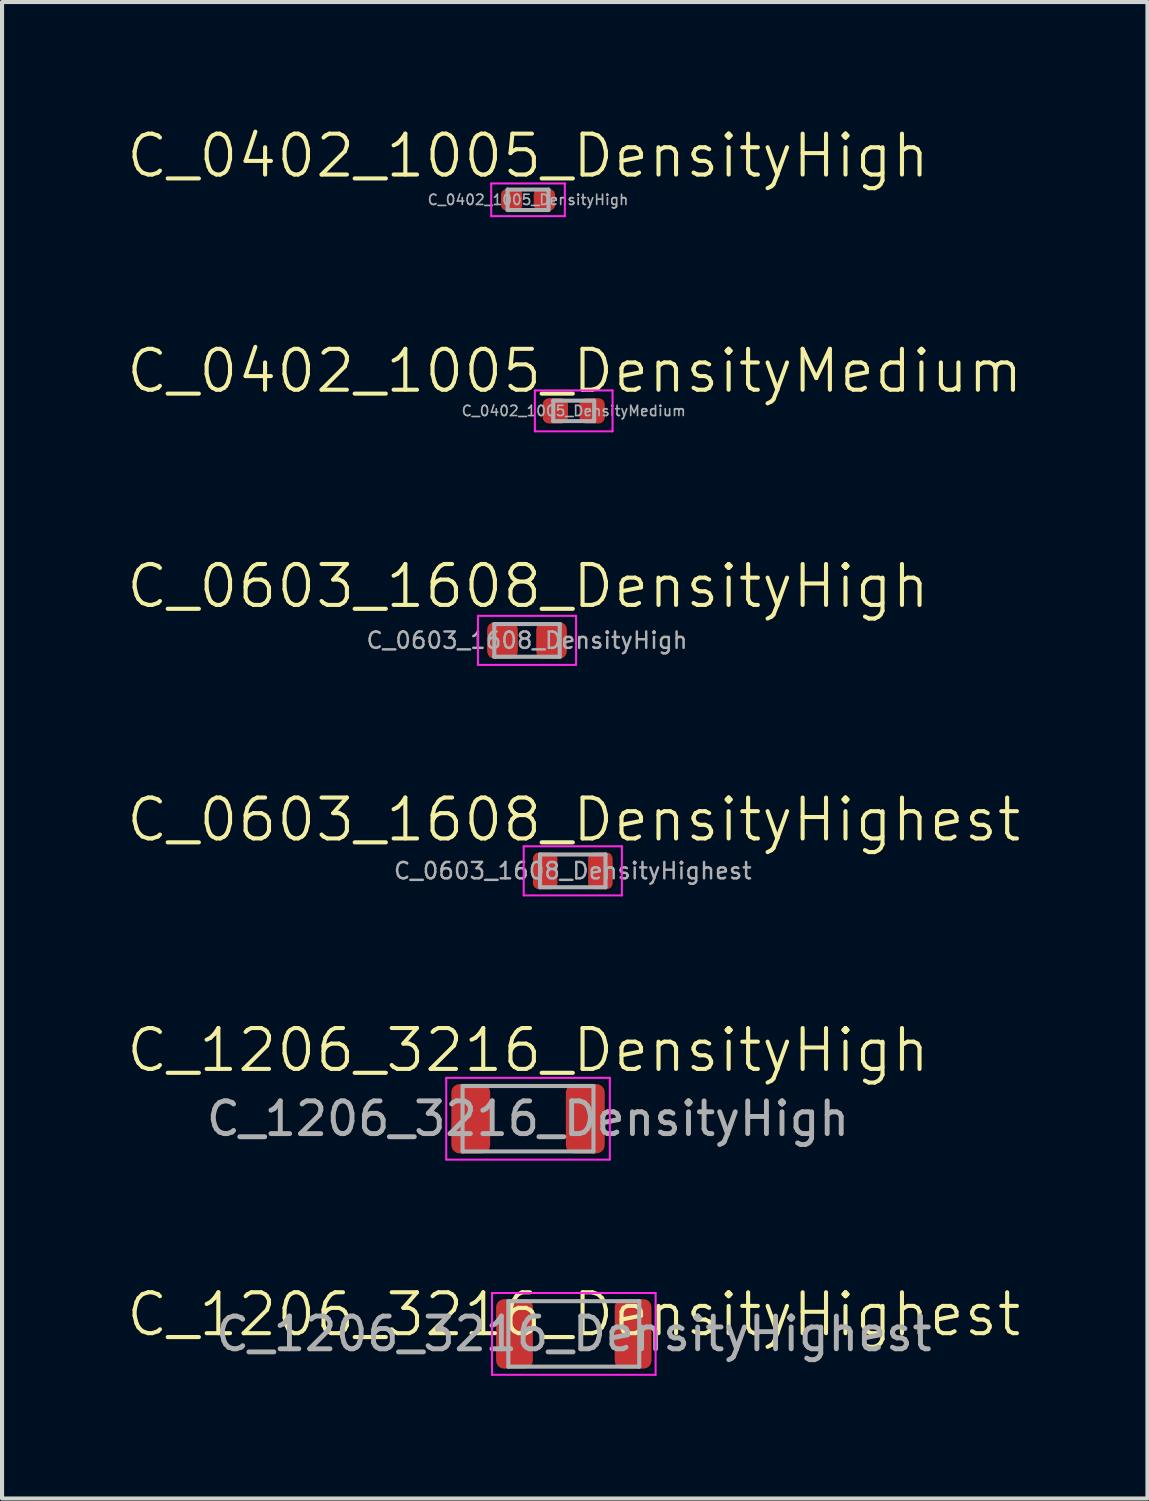
<source format=kicad_pcb>
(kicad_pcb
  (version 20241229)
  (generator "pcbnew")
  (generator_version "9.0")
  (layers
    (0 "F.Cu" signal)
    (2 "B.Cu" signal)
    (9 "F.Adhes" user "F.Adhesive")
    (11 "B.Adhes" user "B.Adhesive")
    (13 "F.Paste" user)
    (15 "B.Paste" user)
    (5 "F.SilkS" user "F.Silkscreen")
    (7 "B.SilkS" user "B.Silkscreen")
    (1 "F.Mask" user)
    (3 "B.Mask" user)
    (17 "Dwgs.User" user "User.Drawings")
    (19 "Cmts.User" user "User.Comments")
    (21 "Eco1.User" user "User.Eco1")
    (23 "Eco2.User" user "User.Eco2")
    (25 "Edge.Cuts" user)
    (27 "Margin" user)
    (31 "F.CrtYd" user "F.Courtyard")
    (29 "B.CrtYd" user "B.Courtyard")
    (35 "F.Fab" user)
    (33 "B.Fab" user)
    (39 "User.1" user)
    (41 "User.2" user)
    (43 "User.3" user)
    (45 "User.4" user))
  (footprint "C_0603_1608_DensityHighest"
    (layer "F.Cu")
    (at 10.954 18.242)
    (property "Reference" "C_0603_1608_DensityHighest" (at 0.025 -1.25 0) (unlocked yes) (layer "F.SilkS") (effects (font (size 1 1) (thickness 0.1))))
    (attr smd)
    (fp_line (start -1.2 -0.6) (end 1.2 -0.6) (stroke (width 0.05) (type solid)) (layer "F.CrtYd"))
    (fp_line (start -1.2 0.6) (end -1.2 -0.6) (stroke (width 0.05) (type solid)) (layer "F.CrtYd"))
    (fp_line (start 1.2 -0.6) (end 1.2 0.6) (stroke (width 0.05) (type solid)) (layer "F.CrtYd"))
    (fp_line (start 1.2 0.6) (end -1.2 0.6) (stroke (width 0.05) (type solid)) (layer "F.CrtYd"))
    (fp_line (start -0.8 -0.4) (end 0.8 -0.4) (stroke (width 0.1) (type solid)) (layer "F.Fab"))
    (fp_line (start -0.8 0.4) (end -0.8 -0.4) (stroke (width 0.1) (type solid)) (layer "F.Fab"))
    (fp_line (start 0.8 -0.4) (end 0.8 0.4) (stroke (width 0.1) (type solid)) (layer "F.Fab"))
    (fp_line (start 0.8 0.4) (end -0.8 0.4) (stroke (width 0.1) (type solid)) (layer "F.Fab"))
    (fp_text user "${REFERENCE}" (at 0 0 0) (layer "F.Fab") (effects (font (size 0.4 0.4) (thickness 0.06))))
    (pad "1" smd roundrect (at -0.675 0) (size 0.6 0.9) (layers "F.Cu" "F.Mask" "F.Paste") (roundrect_rratio 0.25))
    (pad "2" smd roundrect (at 0.675 0) (size 0.6 0.9) (layers "F.Cu" "F.Mask" "F.Paste") (roundrect_rratio 0.25)))
  (footprint "C_1206_3216_DensityHighest"
    (layer "F.Cu")
    (at 10.979 29.563)
    (property "Reference" "C_1206_3216_DensityHighest" (at 0 -0.475 0) (unlocked yes) (layer "F.SilkS") (effects (font (size 1 1) (thickness 0.1))))
    (attr smd)
    (fp_line (start -2 -1) (end 2 -1) (stroke (width 0.05) (type solid)) (layer "F.CrtYd"))
    (fp_line (start -2 1) (end -2 -1) (stroke (width 0.05) (type solid)) (layer "F.CrtYd"))
    (fp_line (start 2 -1) (end 2 1) (stroke (width 0.05) (type solid)) (layer "F.CrtYd"))
    (fp_line (start 2 1) (end -2 1) (stroke (width 0.05) (type solid)) (layer "F.CrtYd"))
    (fp_line (start -1.6 -0.8) (end 1.6 -0.8) (stroke (width 0.1) (type solid)) (layer "F.Fab"))
    (fp_line (start -1.6 0.8) (end -1.6 -0.8) (stroke (width 0.1) (type solid)) (layer "F.Fab"))
    (fp_line (start 1.6 -0.8) (end 1.6 0.8) (stroke (width 0.1) (type solid)) (layer "F.Fab"))
    (fp_line (start 1.6 0.8) (end -1.6 0.8) (stroke (width 0.1) (type solid)) (layer "F.Fab"))
    (fp_text user "${REFERENCE}" (at 0 0 0) (layer "F.Fab") (effects (font (size 0.8 0.8) (thickness 0.12))))
    (pad "1" smd roundrect (at -1.45 0) (size 0.9 1.7) (layers "F.Cu" "F.Mask" "F.Paste") (roundrect_rratio 0.217))
    (pad "2" smd roundrect (at 1.45 0) (size 0.9 1.7) (layers "F.Cu" "F.Mask" "F.Paste") (roundrect_rratio 0.217)))
  (footprint "C_0603_1608_DensityHigh"
    (layer "F.Cu")
    (at 9.835 12.607)
    (property "Reference" "C_0603_1608_DensityHigh" (at 0.025 -1.325 0) (unlocked yes) (layer "F.SilkS") (effects (font (size 1 1) (thickness 0.1))))
    (attr smd)
    (fp_line (start -1.2 -0.6) (end 1.2 -0.6) (stroke (width 0.05) (type solid)) (layer "F.CrtYd"))
    (fp_line (start -1.2 0.6) (end -1.2 -0.6) (stroke (width 0.05) (type solid)) (layer "F.CrtYd"))
    (fp_line (start 1.2 -0.6) (end 1.2 0.6) (stroke (width 0.05) (type solid)) (layer "F.CrtYd"))
    (fp_line (start 1.2 0.6) (end -1.2 0.6) (stroke (width 0.05) (type solid)) (layer "F.CrtYd"))
    (fp_line (start -0.8 -0.4) (end 0.8 -0.4) (stroke (width 0.1) (type solid)) (layer "F.Fab"))
    (fp_line (start -0.8 0.4) (end -0.8 -0.4) (stroke (width 0.1) (type solid)) (layer "F.Fab"))
    (fp_line (start 0.8 -0.4) (end 0.8 0.4) (stroke (width 0.1) (type solid)) (layer "F.Fab"))
    (fp_line (start 0.8 0.4) (end -0.8 0.4) (stroke (width 0.1) (type solid)) (layer "F.Fab"))
    (fp_text user "${REFERENCE}" (at 0 0 0) (layer "F.Fab") (effects (font (size 0.4 0.4) (thickness 0.06))))
    (pad "1" smd roundrect (at -0.6 0) (size 0.75 0.9) (layers "F.Cu" "F.Mask" "F.Paste") (roundrect_rratio 0.25))
    (pad "2" smd roundrect (at 0.6 0) (size 0.75 0.9) (layers "F.Cu" "F.Mask" "F.Paste") (roundrect_rratio 0.25)))
  (footprint "C_0402_1005_DensityHigh"
    (layer "F.Cu")
    (at 9.86 1.835)
    (property "Reference" "C_0402_1005_DensityHigh" (at 0 -1.075 0) (unlocked yes) (layer "F.SilkS") (effects (font (size 1 1) (thickness 0.1))))
    (attr smd)
    (fp_line (start -0.9 -0.4) (end 0.9 -0.4) (stroke (width 0.05) (type solid)) (layer "F.CrtYd"))
    (fp_line (start -0.9 0.4) (end -0.9 -0.4) (stroke (width 0.05) (type solid)) (layer "F.CrtYd"))
    (fp_line (start 0.9 -0.4) (end 0.9 0.4) (stroke (width 0.05) (type solid)) (layer "F.CrtYd"))
    (fp_line (start 0.9 0.4) (end -0.9 0.4) (stroke (width 0.05) (type solid)) (layer "F.CrtYd"))
    (fp_line (start -0.5 -0.25) (end 0.5 -0.25) (stroke (width 0.1) (type solid)) (layer "F.Fab"))
    (fp_line (start -0.5 0.25) (end -0.5 -0.25) (stroke (width 0.1) (type solid)) (layer "F.Fab"))
    (fp_line (start 0.5 -0.25) (end 0.5 0.25) (stroke (width 0.1) (type solid)) (layer "F.Fab"))
    (fp_line (start 0.5 0.25) (end -0.5 0.25) (stroke (width 0.1) (type solid)) (layer "F.Fab"))
    (fp_text user "${REFERENCE}" (at 0 0 0) (layer "F.Fab") (effects (font (size 0.25 0.25) (thickness 0.04))))
    (pad "1" smd roundrect (at -0.4 0) (size 0.52 0.52) (layers "F.Cu" "F.Mask" "F.Paste") (roundrect_rratio 0.25))
    (pad "2" smd roundrect (at 0.4 0) (size 0.52 0.52) (layers "F.Cu" "F.Mask" "F.Paste") (roundrect_rratio 0.25)))
  (footprint "C_1206_3216_DensityHigh"
    (layer "F.Cu")
    (at 9.86 24.302)
    (property "Reference" "C_1206_3216_DensityHigh" (at 0 -1.675 0) (unlocked yes) (layer "F.SilkS") (effects (font (size 1 1) (thickness 0.1))))
    (attr smd)
    (fp_line (start -2 -1) (end 2 -1) (stroke (width 0.05) (type solid)) (layer "F.CrtYd"))
    (fp_line (start -2 1) (end -2 -1) (stroke (width 0.05) (type solid)) (layer "F.CrtYd"))
    (fp_line (start 2 -1) (end 2 1) (stroke (width 0.05) (type solid)) (layer "F.CrtYd"))
    (fp_line (start 2 1) (end -2 1) (stroke (width 0.05) (type solid)) (layer "F.CrtYd"))
    (fp_line (start -1.6 -0.8) (end 1.6 -0.8) (stroke (width 0.1) (type solid)) (layer "F.Fab"))
    (fp_line (start -1.6 0.8) (end -1.6 -0.8) (stroke (width 0.1) (type solid)) (layer "F.Fab"))
    (fp_line (start 1.6 -0.8) (end 1.6 0.8) (stroke (width 0.1) (type solid)) (layer "F.Fab"))
    (fp_line (start 1.6 0.8) (end -1.6 0.8) (stroke (width 0.1) (type solid)) (layer "F.Fab"))
    (fp_text user "${REFERENCE}" (at 0 0 0) (layer "F.Fab") (effects (font (size 0.8 0.8) (thickness 0.12))))
    (pad "1" smd roundrect (at -1.4 0) (size 0.95 1.7) (layers "F.Cu" "F.Mask" "F.Paste") (roundrect_rratio 0.217))
    (pad "2" smd roundrect (at 1.4 0) (size 0.95 1.7) (layers "F.Cu" "F.Mask" "F.Paste") (roundrect_rratio 0.217)))
  (footprint "C_0402_1005_DensityMedium"
    (layer "F.Cu")
    (at 10.977 6.996)
    (property "Reference" "C_0402_1005_DensityMedium" (at 0.025 -0.975 0) (unlocked yes) (layer "F.SilkS") (effects (font (size 1 1) (thickness 0.1))))
    (attr smd)
    (fp_line (start -0.95 -0.5) (end 0.95 -0.5) (stroke (width 0.05) (type solid)) (layer "F.CrtYd"))
    (fp_line (start -0.95 0.5) (end -0.95 -0.5) (stroke (width 0.05) (type solid)) (layer "F.CrtYd"))
    (fp_line (start 0.95 -0.5) (end 0.95 0.5) (stroke (width 0.05) (type solid)) (layer "F.CrtYd"))
    (fp_line (start 0.95 0.5) (end -0.95 0.5) (stroke (width 0.05) (type solid)) (layer "F.CrtYd"))
    (fp_line (start -0.5 -0.25) (end 0.5 -0.25) (stroke (width 0.1) (type solid)) (layer "F.Fab"))
    (fp_line (start -0.5 0.25) (end -0.5 -0.25) (stroke (width 0.1) (type solid)) (layer "F.Fab"))
    (fp_line (start 0.5 -0.25) (end 0.5 0.25) (stroke (width 0.1) (type solid)) (layer "F.Fab"))
    (fp_line (start 0.5 0.25) (end -0.5 0.25) (stroke (width 0.1) (type solid)) (layer "F.Fab"))
    (fp_text user "${REFERENCE}" (at 0 0 0) (layer "F.Fab") (effects (font (size 0.25 0.25) (thickness 0.04))))
    (pad "1" smd roundrect (at -0.45 0) (size 0.62 0.62) (layers "F.Cu" "F.Mask" "F.Paste") (roundrect_rratio 0.25))
    (pad "2" smd roundrect (at 0.45 0) (size 0.62 0.62) (layers "F.Cu" "F.Mask" "F.Paste") (roundrect_rratio 0.25)))
  (gr_rect
    (start -3 -3)
    (end 25.005 33.588)
    (stroke (width 0.1) (type default))
    (fill no)
    (layer "Edge.Cuts")))
</source>
